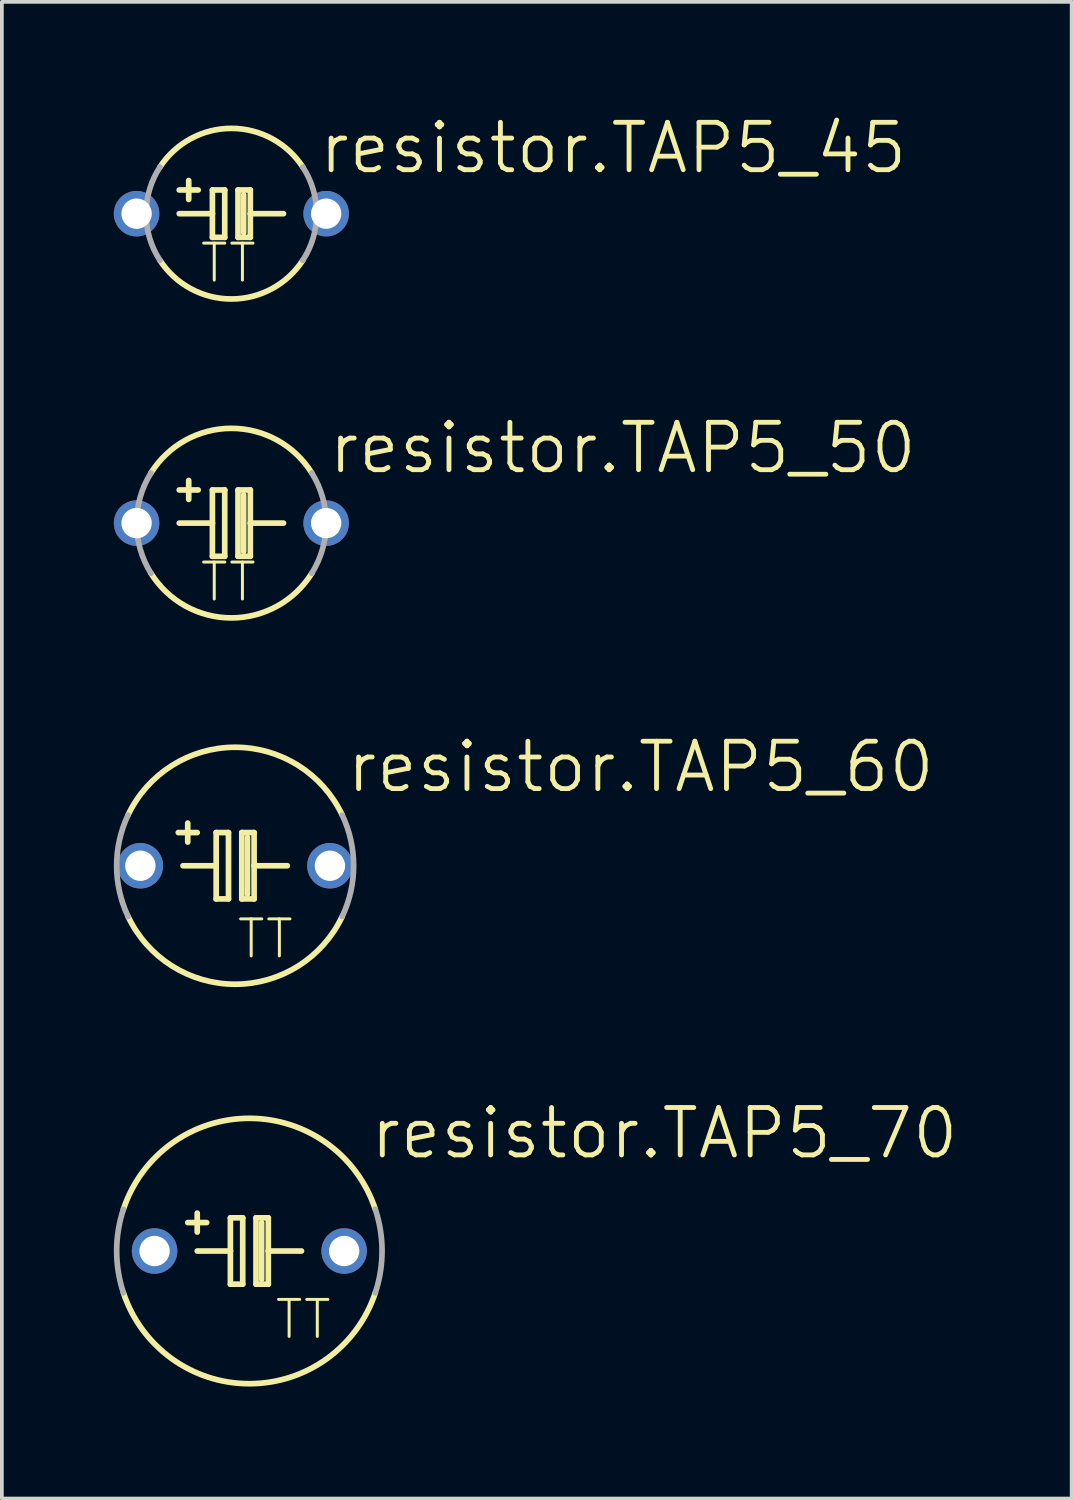
<source format=kicad_pcb>
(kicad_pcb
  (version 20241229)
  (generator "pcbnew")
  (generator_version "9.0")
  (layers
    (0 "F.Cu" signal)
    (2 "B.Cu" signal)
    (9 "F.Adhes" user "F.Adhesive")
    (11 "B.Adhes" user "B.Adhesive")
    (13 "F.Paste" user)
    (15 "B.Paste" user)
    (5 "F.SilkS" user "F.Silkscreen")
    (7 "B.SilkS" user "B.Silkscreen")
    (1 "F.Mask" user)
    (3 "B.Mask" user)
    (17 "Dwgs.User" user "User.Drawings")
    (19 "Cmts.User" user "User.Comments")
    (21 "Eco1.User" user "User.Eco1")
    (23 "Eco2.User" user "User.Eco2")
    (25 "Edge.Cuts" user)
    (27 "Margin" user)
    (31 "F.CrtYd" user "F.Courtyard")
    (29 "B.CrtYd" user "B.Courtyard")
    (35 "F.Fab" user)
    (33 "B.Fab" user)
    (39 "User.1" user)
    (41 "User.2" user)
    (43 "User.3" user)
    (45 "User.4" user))
  (footprint "resistor.TAP5_50"
    (layer "F.Cu")
    (at 3.15 10.968)
    (property "Reference" "resistor.TAP5_50" (at 2.54 -1.27 0) (layer "F.SilkS") (effects (font (size 1.27 1.27) (thickness 0.13)) (justify left bottom)))
    (attr through_hole)
    (fp_line (start -1.397 0) (end -0.508 0) (stroke (width 0.152) (type default)) (layer "F.SilkS"))
    (fp_line (start -1.143 -0.635) (end -1.143 -1.143) (stroke (width 0.152) (type default)) (layer "F.SilkS"))
    (fp_line (start -0.889 -0.889) (end -1.397 -0.889) (stroke (width 0.152) (type default)) (layer "F.SilkS"))
    (fp_line (start -0.508 -0.889) (end -0.508 0) (stroke (width 0.152) (type default)) (layer "F.SilkS"))
    (fp_line (start -0.508 0) (end -0.508 0.889) (stroke (width 0.152) (type default)) (layer "F.SilkS"))
    (fp_line (start -0.508 0.889) (end -0.178 0.889) (stroke (width 0.152) (type default)) (layer "F.SilkS"))
    (fp_line (start -0.178 -0.889) (end -0.508 -0.889) (stroke (width 0.152) (type default)) (layer "F.SilkS"))
    (fp_line (start -0.178 0.889) (end -0.178 -0.889) (stroke (width 0.152) (type default)) (layer "F.SilkS"))
    (fp_line (start 0.178 -0.889) (end 0.178 0.889) (stroke (width 0.152) (type default)) (layer "F.SilkS"))
    (fp_line (start 0.178 0.889) (end 0.508 0.889) (stroke (width 0.152) (type default)) (layer "F.SilkS"))
    (fp_line (start 0.33 0.762) (end 0.33 -0.762) (stroke (width 0.152) (type default)) (layer "F.SilkS"))
    (fp_line (start 0.508 -0.889) (end 0.178 -0.889) (stroke (width 0.152) (type default)) (layer "F.SilkS"))
    (fp_line (start 0.508 0) (end 0.508 -0.889) (stroke (width 0.152) (type default)) (layer "F.SilkS"))
    (fp_line (start 0.508 0) (end 1.397 0) (stroke (width 0.152) (type default)) (layer "F.SilkS"))
    (fp_line (start 0.508 0.889) (end 0.508 0) (stroke (width 0.152) (type default)) (layer "F.SilkS"))
    (fp_arc (start -2.1557 -1.3432) (mid 0 -2.539927) (end 2.1557 -1.3432) (stroke (width 0.1524) (type default)) (layer "F.SilkS"))
    (fp_arc (start 2.1557 1.3432) (mid 0 2.539927) (end -2.1557 1.3432) (stroke (width 0.1524) (type default)) (layer "F.SilkS"))
    (fp_arc (start -2.1557 1.3432) (mid -2.539927 0) (end -2.1557 -1.3432) (stroke (width 0.1524) (type default)) (layer "F.Fab"))
    (fp_arc (start 2.1557 -1.3432) (mid 2.539927 0) (end 2.1557 1.3432) (stroke (width 0.1524) (type default)) (layer "F.Fab"))
    (fp_text user "TT" (at -0.889 2.159 0) (layer "F.SilkS") (effects (font (size 0.991 0.991) (thickness 0.08)) (justify left bottom)))
    (pad "+" thru_hole circle (at -2.54 0) (size 1.219 1.219) (drill 0.813) (layers "*.Cu" "*.Mask"))
    (pad "-" thru_hole circle (at 2.54 0) (size 1.219 1.219) (drill 0.813) (layers "*.Cu" "*.Mask")))
  (footprint "resistor.TAP5_70"
    (layer "F.Cu")
    (at 3.632 30.473)
    (property "Reference" "resistor.TAP5_70" (at 3.175 -2.413 0) (layer "F.SilkS") (effects (font (size 1.27 1.27) (thickness 0.13)) (justify left bottom)))
    (attr through_hole)
    (fp_line (start -1.397 -0.508) (end -1.397 -1.016) (stroke (width 0.152) (type default)) (layer "F.SilkS"))
    (fp_line (start -1.397 0) (end -0.508 0) (stroke (width 0.152) (type default)) (layer "F.SilkS"))
    (fp_line (start -1.143 -0.762) (end -1.651 -0.762) (stroke (width 0.152) (type default)) (layer "F.SilkS"))
    (fp_line (start -0.508 -0.889) (end -0.508 0) (stroke (width 0.152) (type default)) (layer "F.SilkS"))
    (fp_line (start -0.508 0) (end -0.508 0.889) (stroke (width 0.152) (type default)) (layer "F.SilkS"))
    (fp_line (start -0.508 0.889) (end -0.178 0.889) (stroke (width 0.152) (type default)) (layer "F.SilkS"))
    (fp_line (start -0.178 -0.889) (end -0.508 -0.889) (stroke (width 0.152) (type default)) (layer "F.SilkS"))
    (fp_line (start -0.178 0.889) (end -0.178 -0.889) (stroke (width 0.152) (type default)) (layer "F.SilkS"))
    (fp_line (start 0.178 -0.889) (end 0.178 0.889) (stroke (width 0.152) (type default)) (layer "F.SilkS"))
    (fp_line (start 0.178 0.889) (end 0.508 0.889) (stroke (width 0.152) (type default)) (layer "F.SilkS"))
    (fp_line (start 0.33 0.762) (end 0.33 -0.762) (stroke (width 0.152) (type default)) (layer "F.SilkS"))
    (fp_line (start 0.508 -0.889) (end 0.178 -0.889) (stroke (width 0.152) (type default)) (layer "F.SilkS"))
    (fp_line (start 0.508 0) (end 0.508 -0.889) (stroke (width 0.152) (type default)) (layer "F.SilkS"))
    (fp_line (start 0.508 0) (end 1.397 0) (stroke (width 0.152) (type default)) (layer "F.SilkS"))
    (fp_line (start 0.508 0.889) (end 0.508 0) (stroke (width 0.152) (type default)) (layer "F.SilkS"))
    (fp_arc (start -3.3749 -1.1199) (mid 0 -3.555858) (end 3.3749 -1.1199) (stroke (width 0.1524) (type default)) (layer "F.SilkS"))
    (fp_arc (start 3.3749 1.1199) (mid 0 3.555858) (end -3.3749 1.1199) (stroke (width 0.1524) (type default)) (layer "F.SilkS"))
    (fp_arc (start -3.3749 1.1199) (mid -3.555858 0) (end -3.3749 -1.1199) (stroke (width 0.1524) (type default)) (layer "F.Fab"))
    (fp_arc (start 3.3749 -1.1199) (mid 3.555858 0) (end 3.3749 1.1199) (stroke (width 0.1524) (type default)) (layer "F.Fab"))
    (fp_text user "TT" (at 0.635 2.413 0) (layer "F.SilkS") (effects (font (size 0.991 0.991) (thickness 0.08)) (justify left bottom)))
    (pad "+" thru_hole circle (at -2.54 0) (size 1.219 1.219) (drill 0.813) (layers "*.Cu" "*.Mask"))
    (pad "-" thru_hole circle (at 2.54 0) (size 1.219 1.219) (drill 0.813) (layers "*.Cu" "*.Mask")))
  (footprint "resistor.TAP5_60"
    (layer "F.Cu")
    (at 3.251 20.149)
    (property "Reference" "resistor.TAP5_60" (at 2.921 -1.905 0) (layer "F.SilkS") (effects (font (size 1.27 1.27) (thickness 0.13)) (justify left bottom)))
    (attr through_hole)
    (fp_line (start -1.397 0) (end -0.508 0) (stroke (width 0.152) (type default)) (layer "F.SilkS"))
    (fp_line (start -1.27 -0.635) (end -1.27 -1.143) (stroke (width 0.152) (type default)) (layer "F.SilkS"))
    (fp_line (start -1.016 -0.889) (end -1.524 -0.889) (stroke (width 0.152) (type default)) (layer "F.SilkS"))
    (fp_line (start -0.508 -0.889) (end -0.508 0) (stroke (width 0.152) (type default)) (layer "F.SilkS"))
    (fp_line (start -0.508 0) (end -0.508 0.889) (stroke (width 0.152) (type default)) (layer "F.SilkS"))
    (fp_line (start -0.508 0.889) (end -0.178 0.889) (stroke (width 0.152) (type default)) (layer "F.SilkS"))
    (fp_line (start -0.178 -0.889) (end -0.508 -0.889) (stroke (width 0.152) (type default)) (layer "F.SilkS"))
    (fp_line (start -0.178 0.889) (end -0.178 -0.889) (stroke (width 0.152) (type default)) (layer "F.SilkS"))
    (fp_line (start 0.178 -0.889) (end 0.178 0.889) (stroke (width 0.152) (type default)) (layer "F.SilkS"))
    (fp_line (start 0.178 0.889) (end 0.508 0.889) (stroke (width 0.152) (type default)) (layer "F.SilkS"))
    (fp_line (start 0.33 0.762) (end 0.33 -0.762) (stroke (width 0.152) (type default)) (layer "F.SilkS"))
    (fp_line (start 0.508 -0.889) (end 0.178 -0.889) (stroke (width 0.152) (type default)) (layer "F.SilkS"))
    (fp_line (start 0.508 0) (end 0.508 -0.889) (stroke (width 0.152) (type default)) (layer "F.SilkS"))
    (fp_line (start 0.508 0) (end 1.397 0) (stroke (width 0.152) (type default)) (layer "F.SilkS"))
    (fp_line (start 0.508 0.889) (end 0.508 0) (stroke (width 0.152) (type default)) (layer "F.SilkS"))
    (fp_arc (start -2.8702 -1.3574) (mid 0 -3.174993) (end 2.8702 -1.3574) (stroke (width 0.1524) (type default)) (layer "F.SilkS"))
    (fp_arc (start 2.8702 1.3574) (mid 0 3.174993) (end -2.8702 1.3574) (stroke (width 0.1524) (type default)) (layer "F.SilkS"))
    (fp_arc (start -2.8702 1.3574) (mid -3.174993 0) (end -2.8702 -1.3574) (stroke (width 0.1524) (type default)) (layer "F.Fab"))
    (fp_arc (start 2.8702 -1.3574) (mid 3.174993 0) (end 2.8702 1.3574) (stroke (width 0.1524) (type default)) (layer "F.Fab"))
    (fp_text user "TT" (at 0 2.54 0) (layer "F.SilkS") (effects (font (size 0.991 0.991) (thickness 0.08)) (justify left bottom)))
    (pad "+" thru_hole circle (at -2.54 0) (size 1.219 1.219) (drill 0.813) (layers "*.Cu" "*.Mask"))
    (pad "-" thru_hole circle (at 2.54 0) (size 1.219 1.219) (drill 0.813) (layers "*.Cu" "*.Mask")))
  (footprint "resistor.TAP5_45"
    (layer "F.Cu")
    (at 3.15 2.676)
    (property "Reference" "resistor.TAP5_45" (at 2.286 -1.016 0) (layer "F.SilkS") (effects (font (size 1.27 1.27) (thickness 0.13)) (justify left bottom)))
    (attr through_hole)
    (fp_line (start -1.397 0) (end -0.508 0) (stroke (width 0.152) (type default)) (layer "F.SilkS"))
    (fp_line (start -1.143 -0.381) (end -1.143 -0.889) (stroke (width 0.152) (type default)) (layer "F.SilkS"))
    (fp_line (start -0.889 -0.635) (end -1.397 -0.635) (stroke (width 0.152) (type default)) (layer "F.SilkS"))
    (fp_line (start -0.508 -0.635) (end -0.508 0) (stroke (width 0.152) (type default)) (layer "F.SilkS"))
    (fp_line (start -0.508 0) (end -0.508 0.635) (stroke (width 0.152) (type default)) (layer "F.SilkS"))
    (fp_line (start -0.508 0.635) (end -0.178 0.635) (stroke (width 0.152) (type default)) (layer "F.SilkS"))
    (fp_line (start -0.178 -0.635) (end -0.508 -0.635) (stroke (width 0.152) (type default)) (layer "F.SilkS"))
    (fp_line (start -0.178 0.635) (end -0.178 -0.635) (stroke (width 0.152) (type default)) (layer "F.SilkS"))
    (fp_line (start 0.178 -0.635) (end 0.178 0.635) (stroke (width 0.152) (type default)) (layer "F.SilkS"))
    (fp_line (start 0.178 0.635) (end 0.508 0.635) (stroke (width 0.152) (type default)) (layer "F.SilkS"))
    (fp_line (start 0.33 0.508) (end 0.33 -0.508) (stroke (width 0.152) (type default)) (layer "F.SilkS"))
    (fp_line (start 0.508 -0.635) (end 0.178 -0.635) (stroke (width 0.152) (type default)) (layer "F.SilkS"))
    (fp_line (start 0.508 0) (end 0.508 -0.635) (stroke (width 0.152) (type default)) (layer "F.SilkS"))
    (fp_line (start 0.508 0) (end 1.397 0) (stroke (width 0.152) (type default)) (layer "F.SilkS"))
    (fp_line (start 0.508 0.635) (end 0.508 0) (stroke (width 0.152) (type default)) (layer "F.SilkS"))
    (fp_arc (start -1.9144 -1.2492) (mid 0 -2.28592) (end 1.9144 -1.2492) (stroke (width 0.1524) (type default)) (layer "F.SilkS"))
    (fp_arc (start 1.9144 1.2492) (mid 0 2.28592) (end -1.9144 1.2492) (stroke (width 0.1524) (type default)) (layer "F.SilkS"))
    (fp_arc (start -1.9144 1.2492) (mid -2.28592 0) (end -1.9144 -1.2492) (stroke (width 0.1524) (type default)) (layer "F.Fab"))
    (fp_arc (start 1.9144 -1.2492) (mid 2.28592 0) (end 1.9144 1.2492) (stroke (width 0.1524) (type default)) (layer "F.Fab"))
    (fp_text user "TT" (at -0.889 1.905 0) (layer "F.SilkS") (effects (font (size 0.991 0.991) (thickness 0.08)) (justify left bottom)))
    (pad "+" thru_hole circle (at -2.54 0) (size 1.219 1.219) (drill 0.813) (layers "*.Cu" "*.Mask"))
    (pad "-" thru_hole circle (at 2.54 0) (size 1.219 1.219) (drill 0.813) (layers "*.Cu" "*.Mask")))
  (gr_rect
    (start -3 -3)
    (end 25.667 37.105)
    (stroke (width 0.1) (type default))
    (fill no)
    (layer "Edge.Cuts")))
</source>
